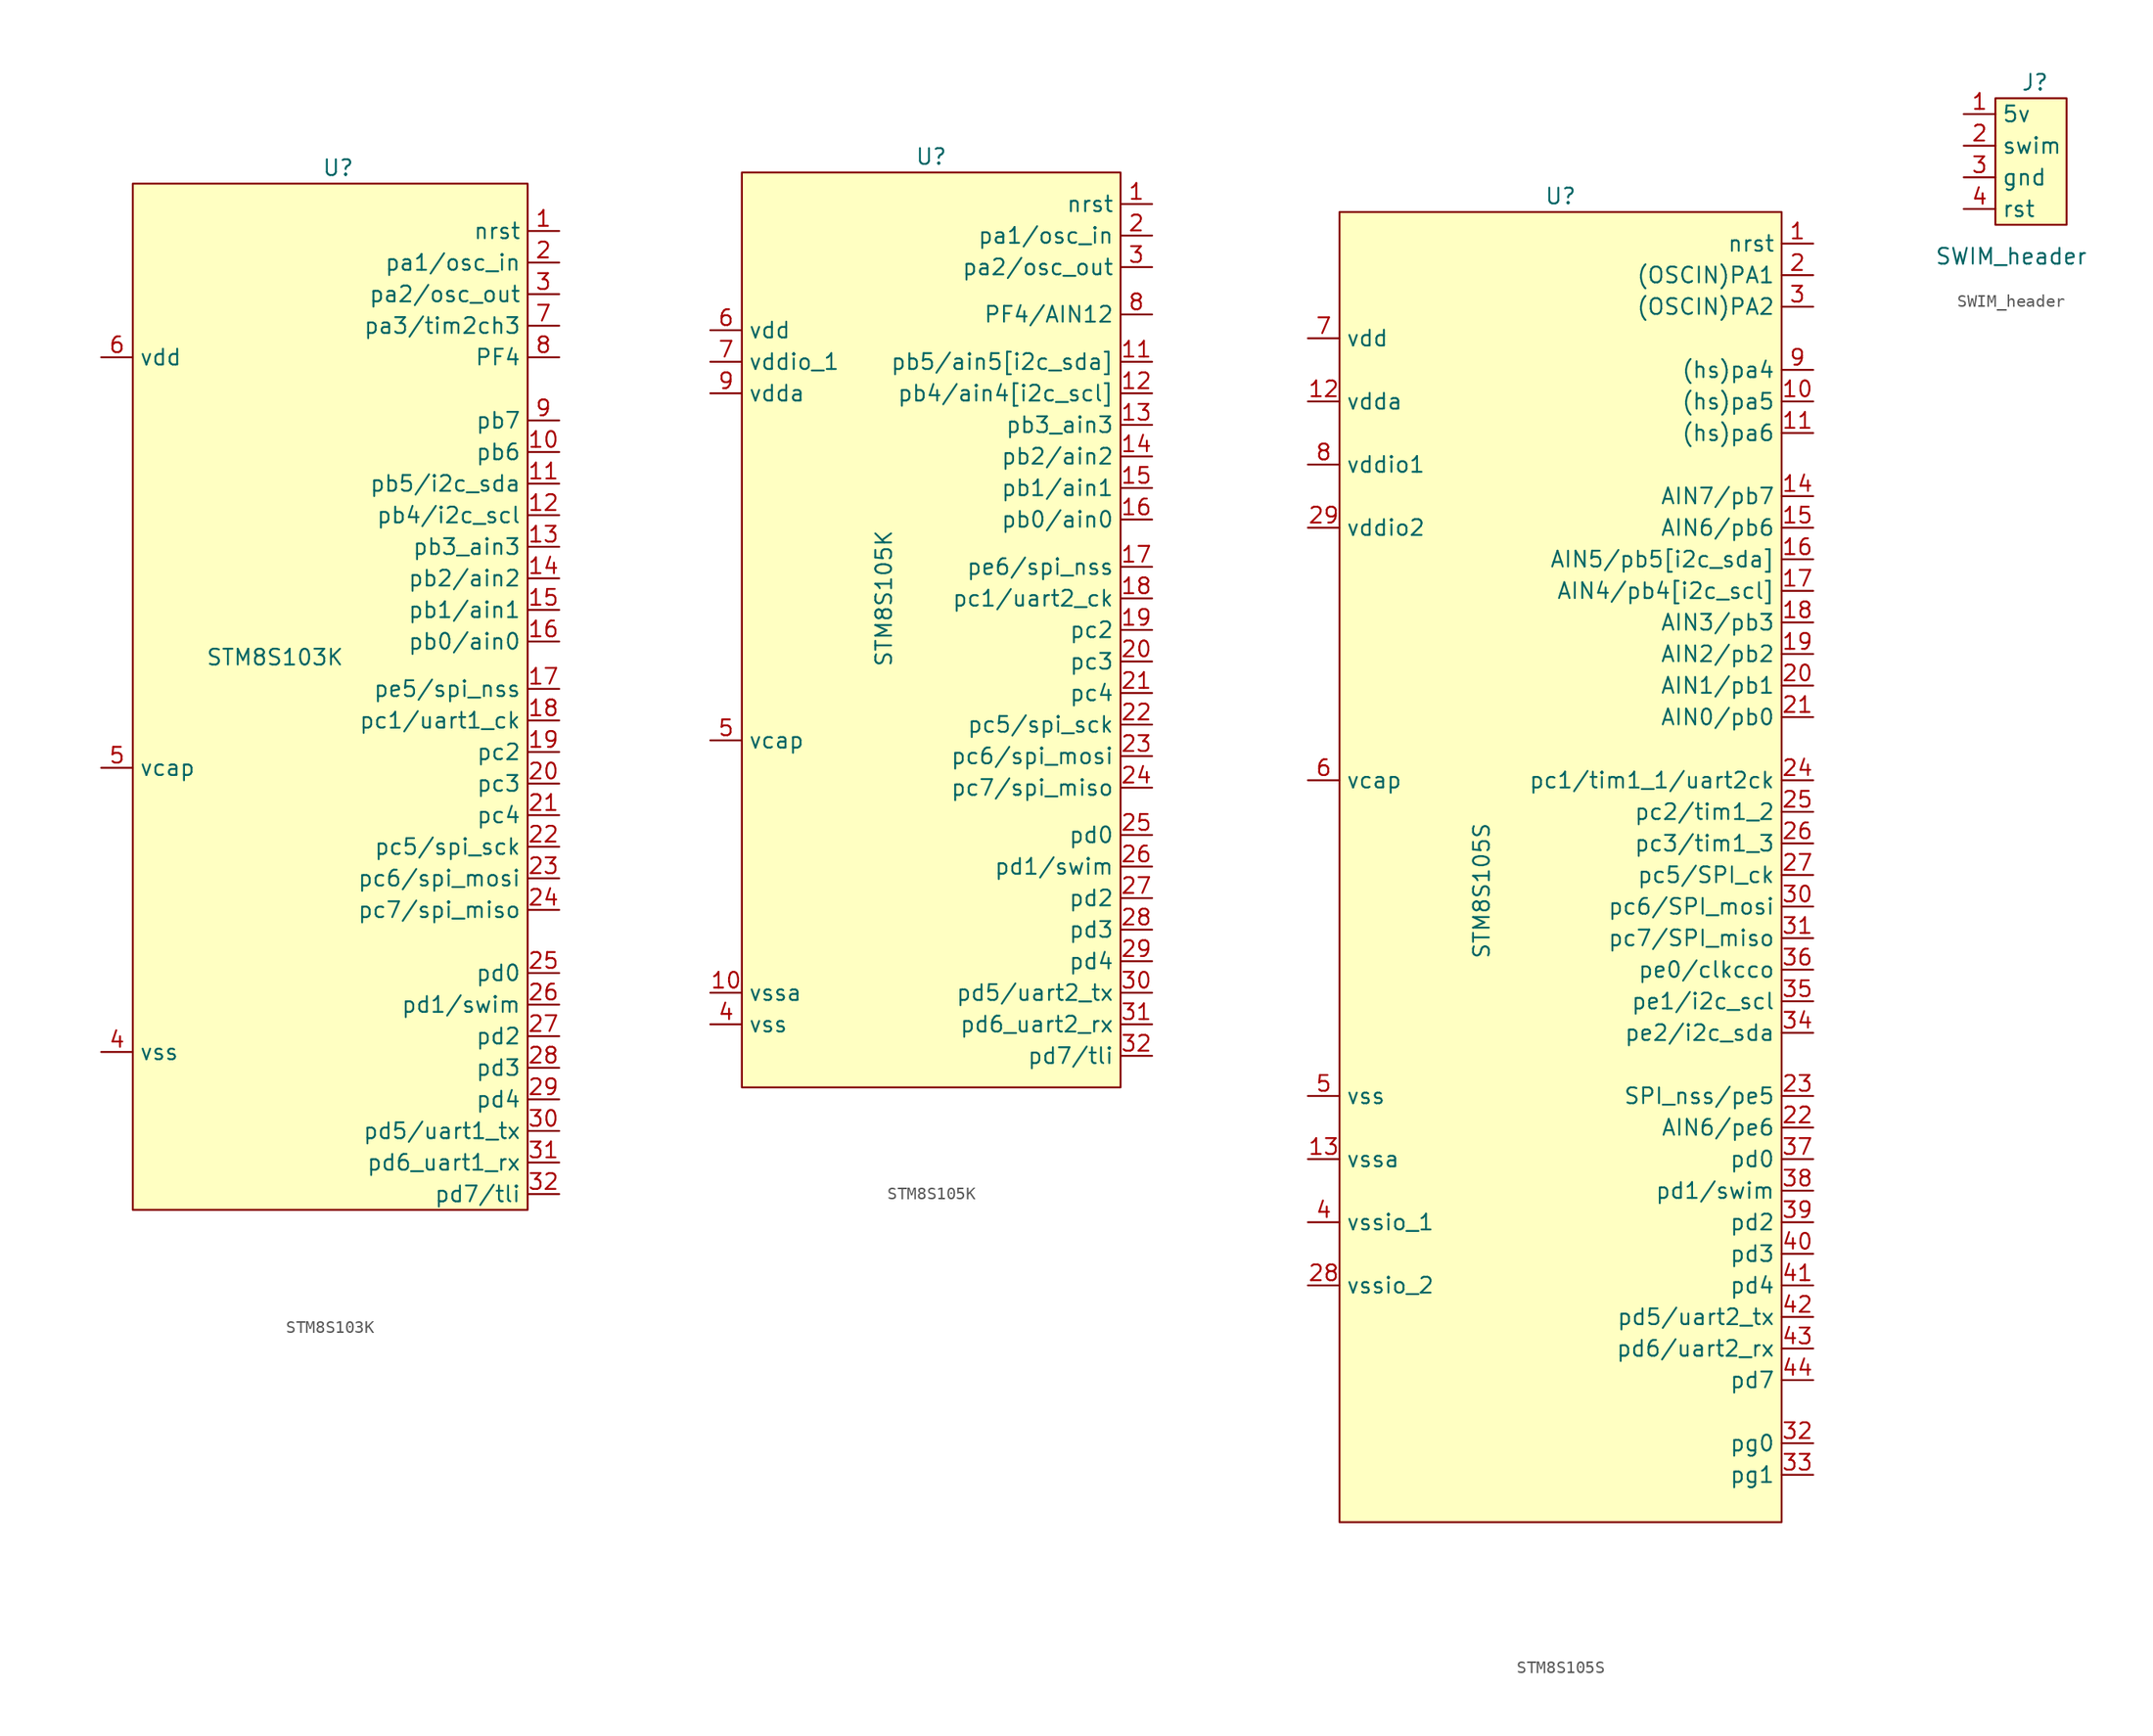
<source format=kicad_sym>
(kicad_symbol_lib
  (version 20220914)
  (generator kicad_symbol_editor)
  (symbol "STM8S103K"
    (property "Reference" "U"
      (at 0 38.1 0)
      (effects (font (size 1.27 1.27))))
    (property "Value" "STM8S103K"
      (at -5.08 -1.27 0)
      (effects (font (size 1.27 1.27))))
    (symbol "STM8S103K_1_1"
      (rectangle (start -16.51 36.83) (end 15.24 -45.72) (stroke (width 0) (type default)) (fill (type background)))
      (pin bidirectional line (at 17.78 33.02 180) (length 2.54) (name "nrst" (effects (font (size 1.27 1.27)))) (number "1" (effects (font (size 1.27 1.27)))))
      (pin bidirectional line (at 17.78 15.24 180) (length 2.54) (name "pb6" (effects (font (size 1.27 1.27)))) (number "10" (effects (font (size 1.27 1.27)))))
      (pin bidirectional line (at 17.78 12.7 180) (length 2.54) (name "pb5/i2c_sda" (effects (font (size 1.27 1.27)))) (number "11" (effects (font (size 1.27 1.27)))))
      (pin bidirectional line (at 17.78 10.16 180) (length 2.54) (name "pb4/i2c_scl" (effects (font (size 1.27 1.27)))) (number "12" (effects (font (size 1.27 1.27)))))
      (pin bidirectional line (at 17.78 7.62 180) (length 2.54) (name "pb3_ain3" (effects (font (size 1.27 1.27)))) (number "13" (effects (font (size 1.27 1.27)))))
      (pin bidirectional line (at 17.78 5.08 180) (length 2.54) (name "pb2/ain2" (effects (font (size 1.27 1.27)))) (number "14" (effects (font (size 1.27 1.27)))))
      (pin bidirectional line (at 17.78 2.54 180) (length 2.54) (name "pb1/ain1" (effects (font (size 1.27 1.27)))) (number "15" (effects (font (size 1.27 1.27)))))
      (pin bidirectional line (at 17.78 0 180) (length 2.54) (name "pb0/ain0" (effects (font (size 1.27 1.27)))) (number "16" (effects (font (size 1.27 1.27)))))
      (pin bidirectional line (at 17.78 -3.81 180) (length 2.54) (name "pe5/spi_nss" (effects (font (size 1.27 1.27)))) (number "17" (effects (font (size 1.27 1.27)))))
      (pin bidirectional line (at 17.78 -6.35 180) (length 2.54) (name "pc1/uart1_ck" (effects (font (size 1.27 1.27)))) (number "18" (effects (font (size 1.27 1.27)))))
      (pin bidirectional line (at 17.78 -8.89 180) (length 2.54) (name "pc2" (effects (font (size 1.27 1.27)))) (number "19" (effects (font (size 1.27 1.27)))))
      (pin bidirectional line (at 17.78 30.48 180) (length 2.54) (name "pa1/osc_in" (effects (font (size 1.27 1.27)))) (number "2" (effects (font (size 1.27 1.27)))))
      (pin bidirectional line (at 17.78 -11.43 180) (length 2.54) (name "pc3" (effects (font (size 1.27 1.27)))) (number "20" (effects (font (size 1.27 1.27)))))
      (pin bidirectional line (at 17.78 -13.97 180) (length 2.54) (name "pc4" (effects (font (size 1.27 1.27)))) (number "21" (effects (font (size 1.27 1.27)))))
      (pin bidirectional line (at 17.78 -16.51 180) (length 2.54) (name "pc5/spi_sck" (effects (font (size 1.27 1.27)))) (number "22" (effects (font (size 1.27 1.27)))))
      (pin bidirectional line (at 17.78 -19.05 180) (length 2.54) (name "pc6/spi_mosi" (effects (font (size 1.27 1.27)))) (number "23" (effects (font (size 1.27 1.27)))))
      (pin bidirectional line (at 17.78 -21.59 180) (length 2.54) (name "pc7/spi_miso" (effects (font (size 1.27 1.27)))) (number "24" (effects (font (size 1.27 1.27)))))
      (pin bidirectional line (at 17.78 -26.67 180) (length 2.54) (name "pd0" (effects (font (size 1.27 1.27)))) (number "25" (effects (font (size 1.27 1.27)))))
      (pin bidirectional line (at 17.78 -29.21 180) (length 2.54) (name "pd1/swim" (effects (font (size 1.27 1.27)))) (number "26" (effects (font (size 1.27 1.27)))))
      (pin bidirectional line (at 17.78 -31.75 180) (length 2.54) (name "pd2" (effects (font (size 1.27 1.27)))) (number "27" (effects (font (size 1.27 1.27)))))
      (pin bidirectional line (at 17.78 -34.29 180) (length 2.54) (name "pd3" (effects (font (size 1.27 1.27)))) (number "28" (effects (font (size 1.27 1.27)))))
      (pin bidirectional line (at 17.78 -36.83 180) (length 2.54) (name "pd4" (effects (font (size 1.27 1.27)))) (number "29" (effects (font (size 1.27 1.27)))))
      (pin bidirectional line (at 17.78 27.94 180) (length 2.54) (name "pa2/osc_out" (effects (font (size 1.27 1.27)))) (number "3" (effects (font (size 1.27 1.27)))))
      (pin bidirectional line (at 17.78 -39.37 180) (length 2.54) (name "pd5/uart1_tx" (effects (font (size 1.27 1.27)))) (number "30" (effects (font (size 1.27 1.27)))))
      (pin bidirectional line (at 17.78 -41.91 180) (length 2.54) (name "pd6_uart1_rx" (effects (font (size 1.27 1.27)))) (number "31" (effects (font (size 1.27 1.27)))))
      (pin bidirectional line (at 17.78 -44.45 180) (length 2.54) (name "pd7/tli" (effects (font (size 1.27 1.27)))) (number "32" (effects (font (size 1.27 1.27)))))
      (pin power_in line (at -19.05 -33.02 0) (length 2.54) (name "vss" (effects (font (size 1.27 1.27)))) (number "4" (effects (font (size 1.27 1.27)))))
      (pin power_in line (at -19.05 -10.16 0) (length 2.54) (name "vcap" (effects (font (size 1.27 1.27)))) (number "5" (effects (font (size 1.27 1.27)))))
      (pin power_in line (at -19.05 22.86 0) (length 2.54) (name "vdd" (effects (font (size 1.27 1.27)))) (number "6" (effects (font (size 1.27 1.27)))))
      (pin bidirectional line (at 17.78 25.4 180) (length 2.54) (name "pa3/tim2ch3" (effects (font (size 1.27 1.27)))) (number "7" (effects (font (size 1.27 1.27)))))
      (pin bidirectional line (at 17.78 22.86 180) (length 2.54) (name "PF4" (effects (font (size 1.27 1.27)))) (number "8" (effects (font (size 1.27 1.27)))))
      (pin bidirectional line (at 17.78 17.78 180) (length 2.54) (name "pb7" (effects (font (size 1.27 1.27)))) (number "9" (effects (font (size 1.27 1.27)))))))
  (symbol "STM8S105K"
    (property "Reference" "U"
      (at 0 35.56 0)
      (effects (font (size 1.27 1.27))))
    (property "Value" "STM8S105K"
      (at -3.81 0 90)
      (effects (font (size 1.27 1.27))))
    (symbol "STM8S105K_1_1"
      (rectangle (start -15.24 34.29) (end 15.24 -39.37) (stroke (width 0) (type default)) (fill (type background)))
      (pin bidirectional line (at 17.78 31.75 180) (length 2.54) (name "nrst" (effects (font (size 1.27 1.27)))) (number "1" (effects (font (size 1.27 1.27)))))
      (pin power_in line (at -17.78 -31.75 0) (length 2.54) (name "vssa" (effects (font (size 1.27 1.27)))) (number "10" (effects (font (size 1.27 1.27)))))
      (pin bidirectional line (at 17.78 19.05 180) (length 2.54) (name "pb5/ain5[i2c_sda]" (effects (font (size 1.27 1.27)))) (number "11" (effects (font (size 1.27 1.27)))))
      (pin bidirectional line (at 17.78 16.51 180) (length 2.54) (name "pb4/ain4[i2c_scl]" (effects (font (size 1.27 1.27)))) (number "12" (effects (font (size 1.27 1.27)))))
      (pin bidirectional line (at 17.78 13.97 180) (length 2.54) (name "pb3_ain3" (effects (font (size 1.27 1.27)))) (number "13" (effects (font (size 1.27 1.27)))))
      (pin bidirectional line (at 17.78 11.43 180) (length 2.54) (name "pb2/ain2" (effects (font (size 1.27 1.27)))) (number "14" (effects (font (size 1.27 1.27)))))
      (pin bidirectional line (at 17.78 8.89 180) (length 2.54) (name "pb1/ain1" (effects (font (size 1.27 1.27)))) (number "15" (effects (font (size 1.27 1.27)))))
      (pin bidirectional line (at 17.78 6.35 180) (length 2.54) (name "pb0/ain0" (effects (font (size 1.27 1.27)))) (number "16" (effects (font (size 1.27 1.27)))))
      (pin bidirectional line (at 17.78 2.54 180) (length 2.54) (name "pe6/spi_nss" (effects (font (size 1.27 1.27)))) (number "17" (effects (font (size 1.27 1.27)))))
      (pin bidirectional line (at 17.78 0 180) (length 2.54) (name "pc1/uart2_ck" (effects (font (size 1.27 1.27)))) (number "18" (effects (font (size 1.27 1.27)))))
      (pin bidirectional line (at 17.78 -2.54 180) (length 2.54) (name "pc2" (effects (font (size 1.27 1.27)))) (number "19" (effects (font (size 1.27 1.27)))))
      (pin bidirectional line (at 17.78 29.21 180) (length 2.54) (name "pa1/osc_in" (effects (font (size 1.27 1.27)))) (number "2" (effects (font (size 1.27 1.27)))))
      (pin bidirectional line (at 17.78 -5.08 180) (length 2.54) (name "pc3" (effects (font (size 1.27 1.27)))) (number "20" (effects (font (size 1.27 1.27)))))
      (pin bidirectional line (at 17.78 -7.62 180) (length 2.54) (name "pc4" (effects (font (size 1.27 1.27)))) (number "21" (effects (font (size 1.27 1.27)))))
      (pin bidirectional line (at 17.78 -10.16 180) (length 2.54) (name "pc5/spi_sck" (effects (font (size 1.27 1.27)))) (number "22" (effects (font (size 1.27 1.27)))))
      (pin bidirectional line (at 17.78 -12.7 180) (length 2.54) (name "pc6/spi_mosi" (effects (font (size 1.27 1.27)))) (number "23" (effects (font (size 1.27 1.27)))))
      (pin bidirectional line (at 17.78 -15.24 180) (length 2.54) (name "pc7/spi_miso" (effects (font (size 1.27 1.27)))) (number "24" (effects (font (size 1.27 1.27)))))
      (pin bidirectional line (at 17.78 -19.05 180) (length 2.54) (name "pd0" (effects (font (size 1.27 1.27)))) (number "25" (effects (font (size 1.27 1.27)))))
      (pin bidirectional line (at 17.78 -21.59 180) (length 2.54) (name "pd1/swim" (effects (font (size 1.27 1.27)))) (number "26" (effects (font (size 1.27 1.27)))))
      (pin bidirectional line (at 17.78 -24.13 180) (length 2.54) (name "pd2" (effects (font (size 1.27 1.27)))) (number "27" (effects (font (size 1.27 1.27)))))
      (pin bidirectional line (at 17.78 -26.67 180) (length 2.54) (name "pd3" (effects (font (size 1.27 1.27)))) (number "28" (effects (font (size 1.27 1.27)))))
      (pin bidirectional line (at 17.78 -29.21 180) (length 2.54) (name "pd4" (effects (font (size 1.27 1.27)))) (number "29" (effects (font (size 1.27 1.27)))))
      (pin bidirectional line (at 17.78 26.67 180) (length 2.54) (name "pa2/osc_out" (effects (font (size 1.27 1.27)))) (number "3" (effects (font (size 1.27 1.27)))))
      (pin bidirectional line (at 17.78 -31.75 180) (length 2.54) (name "pd5/uart2_tx" (effects (font (size 1.27 1.27)))) (number "30" (effects (font (size 1.27 1.27)))))
      (pin bidirectional line (at 17.78 -34.29 180) (length 2.54) (name "pd6_uart2_rx" (effects (font (size 1.27 1.27)))) (number "31" (effects (font (size 1.27 1.27)))))
      (pin bidirectional line (at 17.78 -36.83 180) (length 2.54) (name "pd7/tli" (effects (font (size 1.27 1.27)))) (number "32" (effects (font (size 1.27 1.27)))))
      (pin power_in line (at -17.78 -34.29 0) (length 2.54) (name "vss" (effects (font (size 1.27 1.27)))) (number "4" (effects (font (size 1.27 1.27)))))
      (pin power_in line (at -17.78 -11.43 0) (length 2.54) (name "vcap" (effects (font (size 1.27 1.27)))) (number "5" (effects (font (size 1.27 1.27)))))
      (pin power_in line (at -17.78 21.59 0) (length 2.54) (name "vdd" (effects (font (size 1.27 1.27)))) (number "6" (effects (font (size 1.27 1.27)))))
      (pin power_in line (at -17.78 19.05 0) (length 2.54) (name "vddio_1" (effects (font (size 1.27 1.27)))) (number "7" (effects (font (size 1.27 1.27)))))
      (pin bidirectional line (at 17.78 22.86 180) (length 2.54) (name "PF4/AIN12" (effects (font (size 1.27 1.27)))) (number "8" (effects (font (size 1.27 1.27)))))
      (pin power_in line (at -17.78 16.51 0) (length 2.54) (name "vdda" (effects (font (size 1.27 1.27)))) (number "9" (effects (font (size 1.27 1.27)))))))
  (symbol "STM8S105S"
    (property "Reference" "U"
      (at 0 46.99 0)
      (effects (font (size 1.27 1.27))))
    (property "Value" "STM8S105S"
      (at -6.35 -8.89 90)
      (effects (font (size 1.27 1.27))))
    (symbol "STM8S105S_1_1"
      (rectangle (start -17.78 45.72) (end 17.78 -59.69) (stroke (width 0) (type default)) (fill (type background)))
      (pin input line (at 20.32 43.18 180) (length 2.54) (name "nrst" (effects (font (size 1.27 1.27)))) (number "1" (effects (font (size 1.27 1.27)))))
      (pin bidirectional line (at 20.32 30.48 180) (length 2.54) (name "(hs)pa5" (effects (font (size 1.27 1.27)))) (number "10" (effects (font (size 1.27 1.27)))))
      (pin bidirectional line (at 20.32 27.94 180) (length 2.54) (name "(hs)pa6" (effects (font (size 1.27 1.27)))) (number "11" (effects (font (size 1.27 1.27)))))
      (pin power_in line (at -20.32 30.48 0) (length 2.54) (name "vdda" (effects (font (size 1.27 1.27)))) (number "12" (effects (font (size 1.27 1.27)))))
      (pin power_in line (at -20.32 -30.48 0) (length 2.54) (name "vssa" (effects (font (size 1.27 1.27)))) (number "13" (effects (font (size 1.27 1.27)))))
      (pin bidirectional line (at 20.32 22.86 180) (length 2.54) (name "AIN7/pb7" (effects (font (size 1.27 1.27)))) (number "14" (effects (font (size 1.27 1.27)))))
      (pin bidirectional line (at 20.32 20.32 180) (length 2.54) (name "AIN6/pb6" (effects (font (size 1.27 1.27)))) (number "15" (effects (font (size 1.27 1.27)))))
      (pin bidirectional line (at 20.32 17.78 180) (length 2.54) (name "AIN5/pb5[i2c_sda]" (effects (font (size 1.27 1.27)))) (number "16" (effects (font (size 1.27 1.27)))))
      (pin bidirectional line (at 20.32 15.24 180) (length 2.54) (name "AIN4/pb4[i2c_scl]" (effects (font (size 1.27 1.27)))) (number "17" (effects (font (size 1.27 1.27)))))
      (pin bidirectional line (at 20.32 12.7 180) (length 2.54) (name "AIN3/pb3" (effects (font (size 1.27 1.27)))) (number "18" (effects (font (size 1.27 1.27)))))
      (pin bidirectional line (at 20.32 10.16 180) (length 2.54) (name "AIN2/pb2" (effects (font (size 1.27 1.27)))) (number "19" (effects (font (size 1.27 1.27)))))
      (pin bidirectional line (at 20.32 40.64 180) (length 2.54) (name "(OSCIN)PA1" (effects (font (size 1.27 1.27)))) (number "2" (effects (font (size 1.27 1.27)))))
      (pin bidirectional line (at 20.32 7.62 180) (length 2.54) (name "AIN1/pb1" (effects (font (size 1.27 1.27)))) (number "20" (effects (font (size 1.27 1.27)))))
      (pin bidirectional line (at 20.32 5.08 180) (length 2.54) (name "AIN0/pb0" (effects (font (size 1.27 1.27)))) (number "21" (effects (font (size 1.27 1.27)))))
      (pin bidirectional line (at 20.32 -27.94 180) (length 2.54) (name "AIN6/pe6" (effects (font (size 1.27 1.27)))) (number "22" (effects (font (size 1.27 1.27)))))
      (pin bidirectional line (at 20.32 -25.4 180) (length 2.54) (name "SPI_nss/pe5" (effects (font (size 1.27 1.27)))) (number "23" (effects (font (size 1.27 1.27)))))
      (pin bidirectional line (at 20.32 0 180) (length 2.54) (name "pc1/tim1_1/uart2ck" (effects (font (size 1.27 1.27)))) (number "24" (effects (font (size 1.27 1.27)))))
      (pin bidirectional line (at 20.32 -2.54 180) (length 2.54) (name "pc2/tim1_2" (effects (font (size 1.27 1.27)))) (number "25" (effects (font (size 1.27 1.27)))))
      (pin bidirectional line (at 20.32 -5.08 180) (length 2.54) (name "pc3/tim1_3" (effects (font (size 1.27 1.27)))) (number "26" (effects (font (size 1.27 1.27)))))
      (pin bidirectional line (at 20.32 -7.62 180) (length 2.54) (name "pc5/SPI_ck" (effects (font (size 1.27 1.27)))) (number "27" (effects (font (size 1.27 1.27)))))
      (pin power_in line (at -20.32 -40.64 0) (length 2.54) (name "vssio_2" (effects (font (size 1.27 1.27)))) (number "28" (effects (font (size 1.27 1.27)))))
      (pin power_in line (at -20.32 20.32 0) (length 2.54) (name "vddio2" (effects (font (size 1.27 1.27)))) (number "29" (effects (font (size 1.27 1.27)))))
      (pin bidirectional line (at 20.32 38.1 180) (length 2.54) (name "(OSCIN)PA2" (effects (font (size 1.27 1.27)))) (number "3" (effects (font (size 1.27 1.27)))))
      (pin bidirectional line (at 20.32 -10.16 180) (length 2.54) (name "pc6/SPI_mosi" (effects (font (size 1.27 1.27)))) (number "30" (effects (font (size 1.27 1.27)))))
      (pin bidirectional line (at 20.32 -12.7 180) (length 2.54) (name "pc7/SPI_miso" (effects (font (size 1.27 1.27)))) (number "31" (effects (font (size 1.27 1.27)))))
      (pin bidirectional line (at 20.32 -53.34 180) (length 2.54) (name "pg0" (effects (font (size 1.27 1.27)))) (number "32" (effects (font (size 1.27 1.27)))))
      (pin bidirectional line (at 20.32 -55.88 180) (length 2.54) (name "pg1" (effects (font (size 1.27 1.27)))) (number "33" (effects (font (size 1.27 1.27)))))
      (pin bidirectional line (at 20.32 -20.32 180) (length 2.54) (name "pe2/i2c_sda" (effects (font (size 1.27 1.27)))) (number "34" (effects (font (size 1.27 1.27)))))
      (pin bidirectional line (at 20.32 -17.78 180) (length 2.54) (name "pe1/i2c_scl" (effects (font (size 1.27 1.27)))) (number "35" (effects (font (size 1.27 1.27)))))
      (pin bidirectional line (at 20.32 -15.24 180) (length 2.54) (name "pe0/clkcco" (effects (font (size 1.27 1.27)))) (number "36" (effects (font (size 1.27 1.27)))))
      (pin bidirectional line (at 20.32 -30.48 180) (length 2.54) (name "pd0" (effects (font (size 1.27 1.27)))) (number "37" (effects (font (size 1.27 1.27)))))
      (pin bidirectional line (at 20.32 -33.02 180) (length 2.54) (name "pd1/swim" (effects (font (size 1.27 1.27)))) (number "38" (effects (font (size 1.27 1.27)))))
      (pin bidirectional line (at 20.32 -35.56 180) (length 2.54) (name "pd2" (effects (font (size 1.27 1.27)))) (number "39" (effects (font (size 1.27 1.27)))))
      (pin power_in line (at -20.32 -35.56 0) (length 2.54) (name "vssio_1" (effects (font (size 1.27 1.27)))) (number "4" (effects (font (size 1.27 1.27)))))
      (pin bidirectional line (at 20.32 -38.1 180) (length 2.54) (name "pd3" (effects (font (size 1.27 1.27)))) (number "40" (effects (font (size 1.27 1.27)))))
      (pin bidirectional line (at 20.32 -40.64 180) (length 2.54) (name "pd4" (effects (font (size 1.27 1.27)))) (number "41" (effects (font (size 1.27 1.27)))))
      (pin bidirectional line (at 20.32 -43.18 180) (length 2.54) (name "pd5/uart2_tx" (effects (font (size 1.27 1.27)))) (number "42" (effects (font (size 1.27 1.27)))))
      (pin bidirectional line (at 20.32 -45.72 180) (length 2.54) (name "pd6/uart2_rx" (effects (font (size 1.27 1.27)))) (number "43" (effects (font (size 1.27 1.27)))))
      (pin bidirectional line (at 20.32 -48.26 180) (length 2.54) (name "pd7" (effects (font (size 1.27 1.27)))) (number "44" (effects (font (size 1.27 1.27)))))
      (pin power_in line (at -20.32 -25.4 0) (length 2.54) (name "vss" (effects (font (size 1.27 1.27)))) (number "5" (effects (font (size 1.27 1.27)))))
      (pin power_in line (at -20.32 0 0) (length 2.54) (name "vcap" (effects (font (size 1.27 1.27)))) (number "6" (effects (font (size 1.27 1.27)))))
      (pin power_in line (at -20.32 35.56 0) (length 2.54) (name "vdd" (effects (font (size 1.27 1.27)))) (number "7" (effects (font (size 1.27 1.27)))))
      (pin power_in line (at -20.32 25.4 0) (length 2.54) (name "vddio1" (effects (font (size 1.27 1.27)))) (number "8" (effects (font (size 1.27 1.27)))))
      (pin bidirectional line (at 20.32 33.02 180) (length 2.54) (name "(hs)pa4" (effects (font (size 1.27 1.27)))) (number "9" (effects (font (size 1.27 1.27)))))))
  (symbol "SWIM_header"
    (property "Reference" "J"
      (at 3.175 10.16 0)
      (effects (font (size 1.27 1.27))))
    (property "Value" "SWIM_header"
      (at 1.27 -3.81 0)
      (effects (font (size 1.27 1.27))))
    (symbol "SWIM_header_1_1"
      (rectangle (start 0 8.89) (end 5.715 -1.27) (stroke (width 0) (type default)) (fill (type background)))
      (pin power_out line (at -2.54 7.62 0) (length 2.54) (name "5v" (effects (font (size 1.27 1.27)))) (number "1" (effects (font (size 1.27 1.27)))))
      (pin bidirectional line (at -2.54 5.08 0) (length 2.54) (name "swim" (effects (font (size 1.27 1.27)))) (number "2" (effects (font (size 1.27 1.27)))))
      (pin power_out line (at -2.54 2.54 0) (length 2.54) (name "gnd" (effects (font (size 1.27 1.27)))) (number "3" (effects (font (size 1.27 1.27)))))
      (pin output line (at -2.54 0 0) (length 2.54) (name "rst" (effects (font (size 1.27 1.27)))) (number "4" (effects (font (size 1.27 1.27))))))))
</source>
